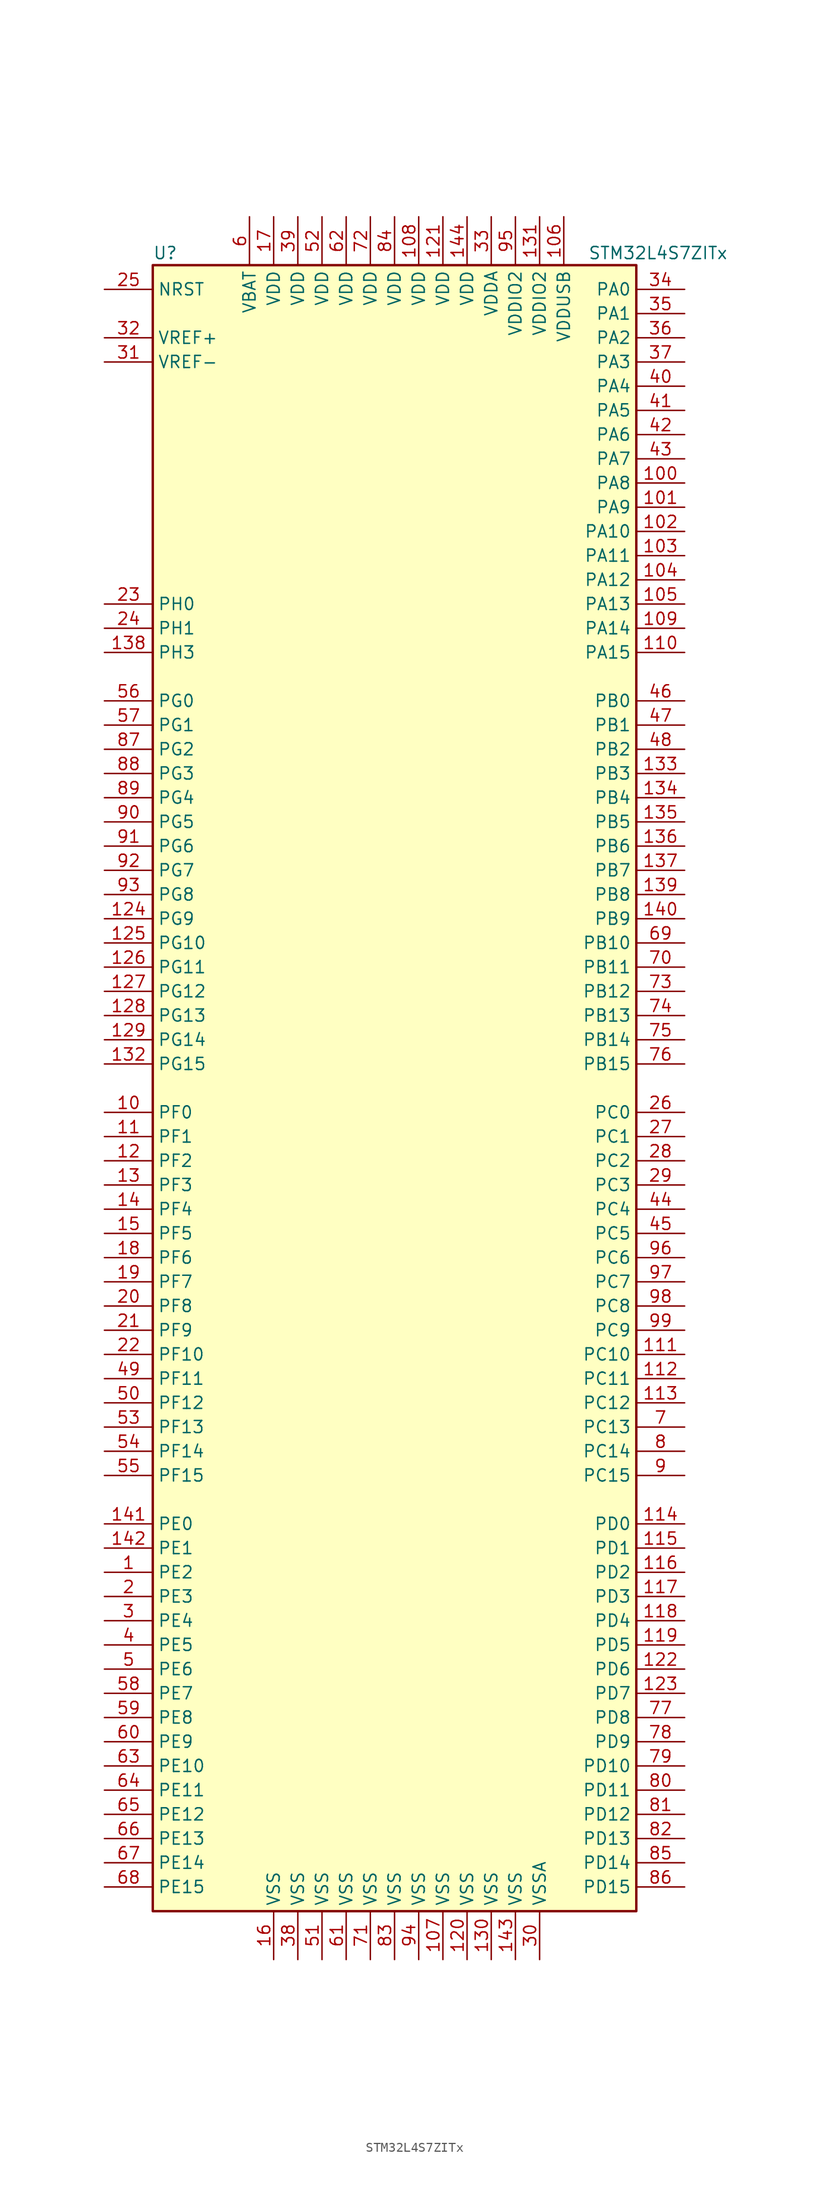
<source format=kicad_sym>
(kicad_symbol_lib
  (version 20201005)
  (generator kicad_symbol_editor)
  (symbol "STM32L4S7ZITx"
    (property "Reference" "U"
      (at -25.4 87.63 0)
      (effects (font (size 1.27 1.27)) (justify left)))
    (property "Value" "STM32L4S7ZITx"
      (at 20.32 87.63 0)
      (effects (font (size 1.27 1.27)) (justify left)))
    (symbol "STM32L4S7ZITx_0_1"
      (rectangle (start -25.4 -86.36) (end 25.4 86.36) (stroke (width 0.254)) (fill (type background))))
    (symbol "STM32L4S7ZITx_1_1"
      (pin input line (at -30.48 83.82 0) (length 5.08) (name "NRST" (effects (font (size 1.27 1.27)))) (number "25" (effects (font (size 1.27 1.27)))))
      (pin bidirectional line (at 30.48 83.82 180) (length 5.08) (name "PA0" (effects (font (size 1.27 1.27)))) (number "34" (effects (font (size 1.27 1.27)))))
      (pin bidirectional line (at 30.48 81.28 180) (length 5.08) (name "PA1" (effects (font (size 1.27 1.27)))) (number "35" (effects (font (size 1.27 1.27)))))
      (pin bidirectional line (at 30.48 58.42 180) (length 5.08) (name "PA10" (effects (font (size 1.27 1.27)))) (number "102" (effects (font (size 1.27 1.27)))))
      (pin bidirectional line (at 30.48 55.88 180) (length 5.08) (name "PA11" (effects (font (size 1.27 1.27)))) (number "103" (effects (font (size 1.27 1.27)))))
      (pin bidirectional line (at 30.48 53.34 180) (length 5.08) (name "PA12" (effects (font (size 1.27 1.27)))) (number "104" (effects (font (size 1.27 1.27)))))
      (pin bidirectional line (at 30.48 50.8 180) (length 5.08) (name "PA13" (effects (font (size 1.27 1.27)))) (number "105" (effects (font (size 1.27 1.27)))))
      (pin bidirectional line (at 30.48 48.26 180) (length 5.08) (name "PA14" (effects (font (size 1.27 1.27)))) (number "109" (effects (font (size 1.27 1.27)))))
      (pin bidirectional line (at 30.48 45.72 180) (length 5.08) (name "PA15" (effects (font (size 1.27 1.27)))) (number "110" (effects (font (size 1.27 1.27)))))
      (pin bidirectional line (at 30.48 78.74 180) (length 5.08) (name "PA2" (effects (font (size 1.27 1.27)))) (number "36" (effects (font (size 1.27 1.27)))))
      (pin bidirectional line (at 30.48 76.2 180) (length 5.08) (name "PA3" (effects (font (size 1.27 1.27)))) (number "37" (effects (font (size 1.27 1.27)))))
      (pin bidirectional line (at 30.48 73.66 180) (length 5.08) (name "PA4" (effects (font (size 1.27 1.27)))) (number "40" (effects (font (size 1.27 1.27)))))
      (pin bidirectional line (at 30.48 71.12 180) (length 5.08) (name "PA5" (effects (font (size 1.27 1.27)))) (number "41" (effects (font (size 1.27 1.27)))))
      (pin bidirectional line (at 30.48 68.58 180) (length 5.08) (name "PA6" (effects (font (size 1.27 1.27)))) (number "42" (effects (font (size 1.27 1.27)))))
      (pin bidirectional line (at 30.48 66.04 180) (length 5.08) (name "PA7" (effects (font (size 1.27 1.27)))) (number "43" (effects (font (size 1.27 1.27)))))
      (pin bidirectional line (at 30.48 63.5 180) (length 5.08) (name "PA8" (effects (font (size 1.27 1.27)))) (number "100" (effects (font (size 1.27 1.27)))))
      (pin bidirectional line (at 30.48 60.96 180) (length 5.08) (name "PA9" (effects (font (size 1.27 1.27)))) (number "101" (effects (font (size 1.27 1.27)))))
      (pin bidirectional line (at 30.48 40.64 180) (length 5.08) (name "PB0" (effects (font (size 1.27 1.27)))) (number "46" (effects (font (size 1.27 1.27)))))
      (pin bidirectional line (at 30.48 38.1 180) (length 5.08) (name "PB1" (effects (font (size 1.27 1.27)))) (number "47" (effects (font (size 1.27 1.27)))))
      (pin bidirectional line (at 30.48 15.24 180) (length 5.08) (name "PB10" (effects (font (size 1.27 1.27)))) (number "69" (effects (font (size 1.27 1.27)))))
      (pin bidirectional line (at 30.48 12.7 180) (length 5.08) (name "PB11" (effects (font (size 1.27 1.27)))) (number "70" (effects (font (size 1.27 1.27)))))
      (pin bidirectional line (at 30.48 10.16 180) (length 5.08) (name "PB12" (effects (font (size 1.27 1.27)))) (number "73" (effects (font (size 1.27 1.27)))))
      (pin bidirectional line (at 30.48 7.62 180) (length 5.08) (name "PB13" (effects (font (size 1.27 1.27)))) (number "74" (effects (font (size 1.27 1.27)))))
      (pin bidirectional line (at 30.48 5.08 180) (length 5.08) (name "PB14" (effects (font (size 1.27 1.27)))) (number "75" (effects (font (size 1.27 1.27)))))
      (pin bidirectional line (at 30.48 2.54 180) (length 5.08) (name "PB15" (effects (font (size 1.27 1.27)))) (number "76" (effects (font (size 1.27 1.27)))))
      (pin bidirectional line (at 30.48 35.56 180) (length 5.08) (name "PB2" (effects (font (size 1.27 1.27)))) (number "48" (effects (font (size 1.27 1.27)))))
      (pin bidirectional line (at 30.48 33.02 180) (length 5.08) (name "PB3" (effects (font (size 1.27 1.27)))) (number "133" (effects (font (size 1.27 1.27)))))
      (pin bidirectional line (at 30.48 30.48 180) (length 5.08) (name "PB4" (effects (font (size 1.27 1.27)))) (number "134" (effects (font (size 1.27 1.27)))))
      (pin bidirectional line (at 30.48 27.94 180) (length 5.08) (name "PB5" (effects (font (size 1.27 1.27)))) (number "135" (effects (font (size 1.27 1.27)))))
      (pin bidirectional line (at 30.48 25.4 180) (length 5.08) (name "PB6" (effects (font (size 1.27 1.27)))) (number "136" (effects (font (size 1.27 1.27)))))
      (pin bidirectional line (at 30.48 22.86 180) (length 5.08) (name "PB7" (effects (font (size 1.27 1.27)))) (number "137" (effects (font (size 1.27 1.27)))))
      (pin bidirectional line (at 30.48 20.32 180) (length 5.08) (name "PB8" (effects (font (size 1.27 1.27)))) (number "139" (effects (font (size 1.27 1.27)))))
      (pin bidirectional line (at 30.48 17.78 180) (length 5.08) (name "PB9" (effects (font (size 1.27 1.27)))) (number "140" (effects (font (size 1.27 1.27)))))
      (pin bidirectional line (at 30.48 -2.54 180) (length 5.08) (name "PC0" (effects (font (size 1.27 1.27)))) (number "26" (effects (font (size 1.27 1.27)))))
      (pin bidirectional line (at 30.48 -5.08 180) (length 5.08) (name "PC1" (effects (font (size 1.27 1.27)))) (number "27" (effects (font (size 1.27 1.27)))))
      (pin bidirectional line (at 30.48 -27.94 180) (length 5.08) (name "PC10" (effects (font (size 1.27 1.27)))) (number "111" (effects (font (size 1.27 1.27)))))
      (pin bidirectional line (at 30.48 -30.48 180) (length 5.08) (name "PC11" (effects (font (size 1.27 1.27)))) (number "112" (effects (font (size 1.27 1.27)))))
      (pin bidirectional line (at 30.48 -33.02 180) (length 5.08) (name "PC12" (effects (font (size 1.27 1.27)))) (number "113" (effects (font (size 1.27 1.27)))))
      (pin bidirectional line (at 30.48 -35.56 180) (length 5.08) (name "PC13" (effects (font (size 1.27 1.27)))) (number "7" (effects (font (size 1.27 1.27)))))
      (pin bidirectional line (at 30.48 -38.1 180) (length 5.08) (name "PC14" (effects (font (size 1.27 1.27)))) (number "8" (effects (font (size 1.27 1.27)))))
      (pin bidirectional line (at 30.48 -40.64 180) (length 5.08) (name "PC15" (effects (font (size 1.27 1.27)))) (number "9" (effects (font (size 1.27 1.27)))))
      (pin bidirectional line (at 30.48 -7.62 180) (length 5.08) (name "PC2" (effects (font (size 1.27 1.27)))) (number "28" (effects (font (size 1.27 1.27)))))
      (pin bidirectional line (at 30.48 -10.16 180) (length 5.08) (name "PC3" (effects (font (size 1.27 1.27)))) (number "29" (effects (font (size 1.27 1.27)))))
      (pin bidirectional line (at 30.48 -12.7 180) (length 5.08) (name "PC4" (effects (font (size 1.27 1.27)))) (number "44" (effects (font (size 1.27 1.27)))))
      (pin bidirectional line (at 30.48 -15.24 180) (length 5.08) (name "PC5" (effects (font (size 1.27 1.27)))) (number "45" (effects (font (size 1.27 1.27)))))
      (pin bidirectional line (at 30.48 -17.78 180) (length 5.08) (name "PC6" (effects (font (size 1.27 1.27)))) (number "96" (effects (font (size 1.27 1.27)))))
      (pin bidirectional line (at 30.48 -20.32 180) (length 5.08) (name "PC7" (effects (font (size 1.27 1.27)))) (number "97" (effects (font (size 1.27 1.27)))))
      (pin bidirectional line (at 30.48 -22.86 180) (length 5.08) (name "PC8" (effects (font (size 1.27 1.27)))) (number "98" (effects (font (size 1.27 1.27)))))
      (pin bidirectional line (at 30.48 -25.4 180) (length 5.08) (name "PC9" (effects (font (size 1.27 1.27)))) (number "99" (effects (font (size 1.27 1.27)))))
      (pin bidirectional line (at 30.48 -45.72 180) (length 5.08) (name "PD0" (effects (font (size 1.27 1.27)))) (number "114" (effects (font (size 1.27 1.27)))))
      (pin bidirectional line (at 30.48 -48.26 180) (length 5.08) (name "PD1" (effects (font (size 1.27 1.27)))) (number "115" (effects (font (size 1.27 1.27)))))
      (pin bidirectional line (at 30.48 -71.12 180) (length 5.08) (name "PD10" (effects (font (size 1.27 1.27)))) (number "79" (effects (font (size 1.27 1.27)))))
      (pin bidirectional line (at 30.48 -73.66 180) (length 5.08) (name "PD11" (effects (font (size 1.27 1.27)))) (number "80" (effects (font (size 1.27 1.27)))))
      (pin bidirectional line (at 30.48 -76.2 180) (length 5.08) (name "PD12" (effects (font (size 1.27 1.27)))) (number "81" (effects (font (size 1.27 1.27)))))
      (pin bidirectional line (at 30.48 -78.74 180) (length 5.08) (name "PD13" (effects (font (size 1.27 1.27)))) (number "82" (effects (font (size 1.27 1.27)))))
      (pin bidirectional line (at 30.48 -81.28 180) (length 5.08) (name "PD14" (effects (font (size 1.27 1.27)))) (number "85" (effects (font (size 1.27 1.27)))))
      (pin bidirectional line (at 30.48 -83.82 180) (length 5.08) (name "PD15" (effects (font (size 1.27 1.27)))) (number "86" (effects (font (size 1.27 1.27)))))
      (pin bidirectional line (at 30.48 -50.8 180) (length 5.08) (name "PD2" (effects (font (size 1.27 1.27)))) (number "116" (effects (font (size 1.27 1.27)))))
      (pin bidirectional line (at 30.48 -53.34 180) (length 5.08) (name "PD3" (effects (font (size 1.27 1.27)))) (number "117" (effects (font (size 1.27 1.27)))))
      (pin bidirectional line (at 30.48 -55.88 180) (length 5.08) (name "PD4" (effects (font (size 1.27 1.27)))) (number "118" (effects (font (size 1.27 1.27)))))
      (pin bidirectional line (at 30.48 -58.42 180) (length 5.08) (name "PD5" (effects (font (size 1.27 1.27)))) (number "119" (effects (font (size 1.27 1.27)))))
      (pin bidirectional line (at 30.48 -60.96 180) (length 5.08) (name "PD6" (effects (font (size 1.27 1.27)))) (number "122" (effects (font (size 1.27 1.27)))))
      (pin bidirectional line (at 30.48 -63.5 180) (length 5.08) (name "PD7" (effects (font (size 1.27 1.27)))) (number "123" (effects (font (size 1.27 1.27)))))
      (pin bidirectional line (at 30.48 -66.04 180) (length 5.08) (name "PD8" (effects (font (size 1.27 1.27)))) (number "77" (effects (font (size 1.27 1.27)))))
      (pin bidirectional line (at 30.48 -68.58 180) (length 5.08) (name "PD9" (effects (font (size 1.27 1.27)))) (number "78" (effects (font (size 1.27 1.27)))))
      (pin bidirectional line (at -30.48 -45.72 0) (length 5.08) (name "PE0" (effects (font (size 1.27 1.27)))) (number "141" (effects (font (size 1.27 1.27)))))
      (pin bidirectional line (at -30.48 -48.26 0) (length 5.08) (name "PE1" (effects (font (size 1.27 1.27)))) (number "142" (effects (font (size 1.27 1.27)))))
      (pin bidirectional line (at -30.48 -71.12 0) (length 5.08) (name "PE10" (effects (font (size 1.27 1.27)))) (number "63" (effects (font (size 1.27 1.27)))))
      (pin bidirectional line (at -30.48 -73.66 0) (length 5.08) (name "PE11" (effects (font (size 1.27 1.27)))) (number "64" (effects (font (size 1.27 1.27)))))
      (pin bidirectional line (at -30.48 -76.2 0) (length 5.08) (name "PE12" (effects (font (size 1.27 1.27)))) (number "65" (effects (font (size 1.27 1.27)))))
      (pin bidirectional line (at -30.48 -78.74 0) (length 5.08) (name "PE13" (effects (font (size 1.27 1.27)))) (number "66" (effects (font (size 1.27 1.27)))))
      (pin bidirectional line (at -30.48 -81.28 0) (length 5.08) (name "PE14" (effects (font (size 1.27 1.27)))) (number "67" (effects (font (size 1.27 1.27)))))
      (pin bidirectional line (at -30.48 -83.82 0) (length 5.08) (name "PE15" (effects (font (size 1.27 1.27)))) (number "68" (effects (font (size 1.27 1.27)))))
      (pin bidirectional line (at -30.48 -50.8 0) (length 5.08) (name "PE2" (effects (font (size 1.27 1.27)))) (number "1" (effects (font (size 1.27 1.27)))))
      (pin bidirectional line (at -30.48 -53.34 0) (length 5.08) (name "PE3" (effects (font (size 1.27 1.27)))) (number "2" (effects (font (size 1.27 1.27)))))
      (pin bidirectional line (at -30.48 -55.88 0) (length 5.08) (name "PE4" (effects (font (size 1.27 1.27)))) (number "3" (effects (font (size 1.27 1.27)))))
      (pin bidirectional line (at -30.48 -58.42 0) (length 5.08) (name "PE5" (effects (font (size 1.27 1.27)))) (number "4" (effects (font (size 1.27 1.27)))))
      (pin bidirectional line (at -30.48 -60.96 0) (length 5.08) (name "PE6" (effects (font (size 1.27 1.27)))) (number "5" (effects (font (size 1.27 1.27)))))
      (pin bidirectional line (at -30.48 -63.5 0) (length 5.08) (name "PE7" (effects (font (size 1.27 1.27)))) (number "58" (effects (font (size 1.27 1.27)))))
      (pin bidirectional line (at -30.48 -66.04 0) (length 5.08) (name "PE8" (effects (font (size 1.27 1.27)))) (number "59" (effects (font (size 1.27 1.27)))))
      (pin bidirectional line (at -30.48 -68.58 0) (length 5.08) (name "PE9" (effects (font (size 1.27 1.27)))) (number "60" (effects (font (size 1.27 1.27)))))
      (pin bidirectional line (at -30.48 -2.54 0) (length 5.08) (name "PF0" (effects (font (size 1.27 1.27)))) (number "10" (effects (font (size 1.27 1.27)))))
      (pin bidirectional line (at -30.48 -5.08 0) (length 5.08) (name "PF1" (effects (font (size 1.27 1.27)))) (number "11" (effects (font (size 1.27 1.27)))))
      (pin bidirectional line (at -30.48 -27.94 0) (length 5.08) (name "PF10" (effects (font (size 1.27 1.27)))) (number "22" (effects (font (size 1.27 1.27)))))
      (pin bidirectional line (at -30.48 -30.48 0) (length 5.08) (name "PF11" (effects (font (size 1.27 1.27)))) (number "49" (effects (font (size 1.27 1.27)))))
      (pin bidirectional line (at -30.48 -33.02 0) (length 5.08) (name "PF12" (effects (font (size 1.27 1.27)))) (number "50" (effects (font (size 1.27 1.27)))))
      (pin bidirectional line (at -30.48 -35.56 0) (length 5.08) (name "PF13" (effects (font (size 1.27 1.27)))) (number "53" (effects (font (size 1.27 1.27)))))
      (pin bidirectional line (at -30.48 -38.1 0) (length 5.08) (name "PF14" (effects (font (size 1.27 1.27)))) (number "54" (effects (font (size 1.27 1.27)))))
      (pin bidirectional line (at -30.48 -40.64 0) (length 5.08) (name "PF15" (effects (font (size 1.27 1.27)))) (number "55" (effects (font (size 1.27 1.27)))))
      (pin bidirectional line (at -30.48 -7.62 0) (length 5.08) (name "PF2" (effects (font (size 1.27 1.27)))) (number "12" (effects (font (size 1.27 1.27)))))
      (pin bidirectional line (at -30.48 -10.16 0) (length 5.08) (name "PF3" (effects (font (size 1.27 1.27)))) (number "13" (effects (font (size 1.27 1.27)))))
      (pin bidirectional line (at -30.48 -12.7 0) (length 5.08) (name "PF4" (effects (font (size 1.27 1.27)))) (number "14" (effects (font (size 1.27 1.27)))))
      (pin bidirectional line (at -30.48 -15.24 0) (length 5.08) (name "PF5" (effects (font (size 1.27 1.27)))) (number "15" (effects (font (size 1.27 1.27)))))
      (pin bidirectional line (at -30.48 -17.78 0) (length 5.08) (name "PF6" (effects (font (size 1.27 1.27)))) (number "18" (effects (font (size 1.27 1.27)))))
      (pin bidirectional line (at -30.48 -20.32 0) (length 5.08) (name "PF7" (effects (font (size 1.27 1.27)))) (number "19" (effects (font (size 1.27 1.27)))))
      (pin bidirectional line (at -30.48 -22.86 0) (length 5.08) (name "PF8" (effects (font (size 1.27 1.27)))) (number "20" (effects (font (size 1.27 1.27)))))
      (pin bidirectional line (at -30.48 -25.4 0) (length 5.08) (name "PF9" (effects (font (size 1.27 1.27)))) (number "21" (effects (font (size 1.27 1.27)))))
      (pin bidirectional line (at -30.48 40.64 0) (length 5.08) (name "PG0" (effects (font (size 1.27 1.27)))) (number "56" (effects (font (size 1.27 1.27)))))
      (pin bidirectional line (at -30.48 38.1 0) (length 5.08) (name "PG1" (effects (font (size 1.27 1.27)))) (number "57" (effects (font (size 1.27 1.27)))))
      (pin bidirectional line (at -30.48 15.24 0) (length 5.08) (name "PG10" (effects (font (size 1.27 1.27)))) (number "125" (effects (font (size 1.27 1.27)))))
      (pin bidirectional line (at -30.48 12.7 0) (length 5.08) (name "PG11" (effects (font (size 1.27 1.27)))) (number "126" (effects (font (size 1.27 1.27)))))
      (pin bidirectional line (at -30.48 10.16 0) (length 5.08) (name "PG12" (effects (font (size 1.27 1.27)))) (number "127" (effects (font (size 1.27 1.27)))))
      (pin bidirectional line (at -30.48 7.62 0) (length 5.08) (name "PG13" (effects (font (size 1.27 1.27)))) (number "128" (effects (font (size 1.27 1.27)))))
      (pin bidirectional line (at -30.48 5.08 0) (length 5.08) (name "PG14" (effects (font (size 1.27 1.27)))) (number "129" (effects (font (size 1.27 1.27)))))
      (pin bidirectional line (at -30.48 2.54 0) (length 5.08) (name "PG15" (effects (font (size 1.27 1.27)))) (number "132" (effects (font (size 1.27 1.27)))))
      (pin bidirectional line (at -30.48 35.56 0) (length 5.08) (name "PG2" (effects (font (size 1.27 1.27)))) (number "87" (effects (font (size 1.27 1.27)))))
      (pin bidirectional line (at -30.48 33.02 0) (length 5.08) (name "PG3" (effects (font (size 1.27 1.27)))) (number "88" (effects (font (size 1.27 1.27)))))
      (pin bidirectional line (at -30.48 30.48 0) (length 5.08) (name "PG4" (effects (font (size 1.27 1.27)))) (number "89" (effects (font (size 1.27 1.27)))))
      (pin bidirectional line (at -30.48 27.94 0) (length 5.08) (name "PG5" (effects (font (size 1.27 1.27)))) (number "90" (effects (font (size 1.27 1.27)))))
      (pin bidirectional line (at -30.48 25.4 0) (length 5.08) (name "PG6" (effects (font (size 1.27 1.27)))) (number "91" (effects (font (size 1.27 1.27)))))
      (pin bidirectional line (at -30.48 22.86 0) (length 5.08) (name "PG7" (effects (font (size 1.27 1.27)))) (number "92" (effects (font (size 1.27 1.27)))))
      (pin bidirectional line (at -30.48 20.32 0) (length 5.08) (name "PG8" (effects (font (size 1.27 1.27)))) (number "93" (effects (font (size 1.27 1.27)))))
      (pin bidirectional line (at -30.48 17.78 0) (length 5.08) (name "PG9" (effects (font (size 1.27 1.27)))) (number "124" (effects (font (size 1.27 1.27)))))
      (pin input line (at -30.48 50.8 0) (length 5.08) (name "PH0" (effects (font (size 1.27 1.27)))) (number "23" (effects (font (size 1.27 1.27)))))
      (pin input line (at -30.48 48.26 0) (length 5.08) (name "PH1" (effects (font (size 1.27 1.27)))) (number "24" (effects (font (size 1.27 1.27)))))
      (pin bidirectional line (at -30.48 45.72 0) (length 5.08) (name "PH3" (effects (font (size 1.27 1.27)))) (number "138" (effects (font (size 1.27 1.27)))))
      (pin power_in line (at -15.24 91.44 270) (length 5.08) (name "VBAT" (effects (font (size 1.27 1.27)))) (number "6" (effects (font (size 1.27 1.27)))))
      (pin power_in line (at 2.54 91.44 270) (length 5.08) (name "VDD" (effects (font (size 1.27 1.27)))) (number "108" (effects (font (size 1.27 1.27)))))
      (pin power_in line (at 5.08 91.44 270) (length 5.08) (name "VDD" (effects (font (size 1.27 1.27)))) (number "121" (effects (font (size 1.27 1.27)))))
      (pin power_in line (at 7.62 91.44 270) (length 5.08) (name "VDD" (effects (font (size 1.27 1.27)))) (number "144" (effects (font (size 1.27 1.27)))))
      (pin power_in line (at -12.7 91.44 270) (length 5.08) (name "VDD" (effects (font (size 1.27 1.27)))) (number "17" (effects (font (size 1.27 1.27)))))
      (pin power_in line (at -10.16 91.44 270) (length 5.08) (name "VDD" (effects (font (size 1.27 1.27)))) (number "39" (effects (font (size 1.27 1.27)))))
      (pin power_in line (at -7.62 91.44 270) (length 5.08) (name "VDD" (effects (font (size 1.27 1.27)))) (number "52" (effects (font (size 1.27 1.27)))))
      (pin power_in line (at -5.08 91.44 270) (length 5.08) (name "VDD" (effects (font (size 1.27 1.27)))) (number "62" (effects (font (size 1.27 1.27)))))
      (pin power_in line (at -2.54 91.44 270) (length 5.08) (name "VDD" (effects (font (size 1.27 1.27)))) (number "72" (effects (font (size 1.27 1.27)))))
      (pin power_in line (at 0 91.44 270) (length 5.08) (name "VDD" (effects (font (size 1.27 1.27)))) (number "84" (effects (font (size 1.27 1.27)))))
      (pin power_in line (at 10.16 91.44 270) (length 5.08) (name "VDDA" (effects (font (size 1.27 1.27)))) (number "33" (effects (font (size 1.27 1.27)))))
      (pin power_in line (at 15.24 91.44 270) (length 5.08) (name "VDDIO2" (effects (font (size 1.27 1.27)))) (number "131" (effects (font (size 1.27 1.27)))))
      (pin power_in line (at 12.7 91.44 270) (length 5.08) (name "VDDIO2" (effects (font (size 1.27 1.27)))) (number "95" (effects (font (size 1.27 1.27)))))
      (pin power_in line (at 17.78 91.44 270) (length 5.08) (name "VDDUSB" (effects (font (size 1.27 1.27)))) (number "106" (effects (font (size 1.27 1.27)))))
      (pin bidirectional line (at -30.48 78.74 0) (length 5.08) (name "VREF+" (effects (font (size 1.27 1.27)))) (number "32" (effects (font (size 1.27 1.27)))))
      (pin power_in line (at -30.48 76.2 0) (length 5.08) (name "VREF-" (effects (font (size 1.27 1.27)))) (number "31" (effects (font (size 1.27 1.27)))))
      (pin power_in line (at 5.08 -91.44 90) (length 5.08) (name "VSS" (effects (font (size 1.27 1.27)))) (number "107" (effects (font (size 1.27 1.27)))))
      (pin power_in line (at 7.62 -91.44 90) (length 5.08) (name "VSS" (effects (font (size 1.27 1.27)))) (number "120" (effects (font (size 1.27 1.27)))))
      (pin power_in line (at 10.16 -91.44 90) (length 5.08) (name "VSS" (effects (font (size 1.27 1.27)))) (number "130" (effects (font (size 1.27 1.27)))))
      (pin power_in line (at 12.7 -91.44 90) (length 5.08) (name "VSS" (effects (font (size 1.27 1.27)))) (number "143" (effects (font (size 1.27 1.27)))))
      (pin power_in line (at -12.7 -91.44 90) (length 5.08) (name "VSS" (effects (font (size 1.27 1.27)))) (number "16" (effects (font (size 1.27 1.27)))))
      (pin power_in line (at -10.16 -91.44 90) (length 5.08) (name "VSS" (effects (font (size 1.27 1.27)))) (number "38" (effects (font (size 1.27 1.27)))))
      (pin power_in line (at -7.62 -91.44 90) (length 5.08) (name "VSS" (effects (font (size 1.27 1.27)))) (number "51" (effects (font (size 1.27 1.27)))))
      (pin power_in line (at -5.08 -91.44 90) (length 5.08) (name "VSS" (effects (font (size 1.27 1.27)))) (number "61" (effects (font (size 1.27 1.27)))))
      (pin power_in line (at -2.54 -91.44 90) (length 5.08) (name "VSS" (effects (font (size 1.27 1.27)))) (number "71" (effects (font (size 1.27 1.27)))))
      (pin power_in line (at 0 -91.44 90) (length 5.08) (name "VSS" (effects (font (size 1.27 1.27)))) (number "83" (effects (font (size 1.27 1.27)))))
      (pin power_in line (at 2.54 -91.44 90) (length 5.08) (name "VSS" (effects (font (size 1.27 1.27)))) (number "94" (effects (font (size 1.27 1.27)))))
      (pin power_in line (at 15.24 -91.44 90) (length 5.08) (name "VSSA" (effects (font (size 1.27 1.27)))) (number "30" (effects (font (size 1.27 1.27))))))))
</source>
